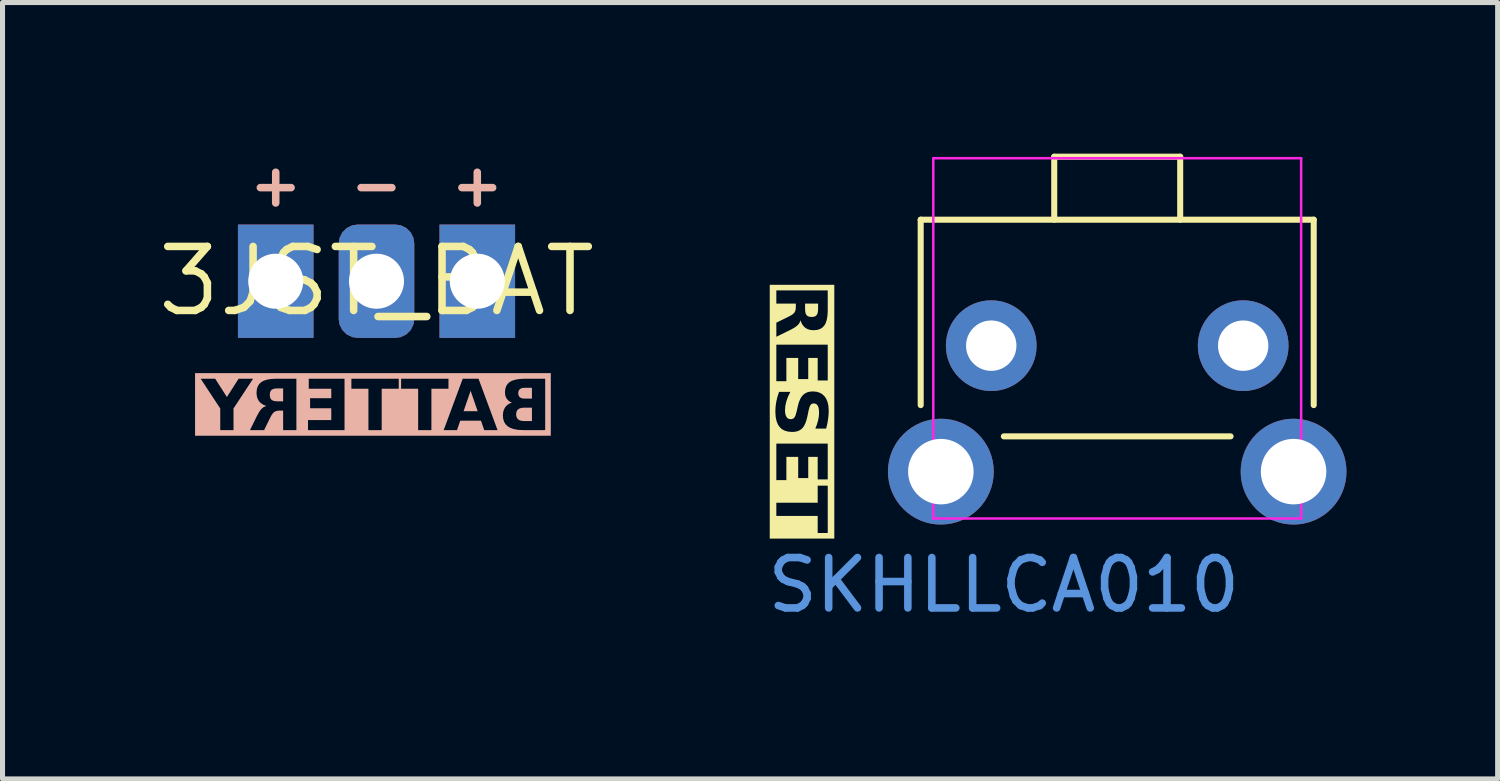
<source format=kicad_pcb>
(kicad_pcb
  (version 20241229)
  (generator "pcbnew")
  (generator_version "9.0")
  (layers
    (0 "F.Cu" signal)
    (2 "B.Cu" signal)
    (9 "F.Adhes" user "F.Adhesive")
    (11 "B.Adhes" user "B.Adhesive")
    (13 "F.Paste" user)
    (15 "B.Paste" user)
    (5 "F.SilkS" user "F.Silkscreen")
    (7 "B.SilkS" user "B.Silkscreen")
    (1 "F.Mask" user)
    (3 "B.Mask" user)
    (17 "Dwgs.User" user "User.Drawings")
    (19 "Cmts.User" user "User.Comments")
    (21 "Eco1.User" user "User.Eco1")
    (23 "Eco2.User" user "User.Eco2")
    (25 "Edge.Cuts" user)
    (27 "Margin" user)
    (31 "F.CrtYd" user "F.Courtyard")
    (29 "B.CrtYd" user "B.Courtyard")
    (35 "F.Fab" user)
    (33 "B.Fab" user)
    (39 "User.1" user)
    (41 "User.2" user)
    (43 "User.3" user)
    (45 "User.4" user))
  (footprint "SKHLLCA010"
    (layer "F.Cu")
    (at 19.122 5.06)
    (property "Reference" "SKHLLCA010" (at -2.25 3.5 0) (unlocked yes) (layer "Cmts.User") (effects (font (size 1 1) (thickness 0.15))))
    (attr through_hole)
    (fp_line (start -3.9 -3.75) (end 3.9 -3.75) (stroke (width 0.12) (type solid)) (layer "F.SilkS"))
    (fp_line (start -3.9 -0.07) (end -3.9 -3.75) (stroke (width 0.12) (type solid)) (layer "F.SilkS"))
    (fp_line (start -2.25 0.55) (end 2.25 0.55) (stroke (width 0.12) (type solid)) (layer "F.SilkS"))
    (fp_line (start -1.25 -5) (end 1.25 -5) (stroke (width 0.12) (type solid)) (layer "F.SilkS"))
    (fp_line (start -1.25 -3.75) (end -1.25 -5) (stroke (width 0.12) (type solid)) (layer "F.SilkS"))
    (fp_line (start 1.25 -3.75) (end 1.25 -5) (stroke (width 0.12) (type solid)) (layer "F.SilkS"))
    (fp_line (start 3.9 -0.07) (end 3.9 -3.75) (stroke (width 0.12) (type solid)) (layer "F.SilkS"))
    (fp_line (start -3.65 -4.97) (end -3.65 2.18) (stroke (width 0.05) (type solid)) (layer "F.CrtYd"))
    (fp_line (start -3.65 -4.97) (end 3.65 -4.97) (stroke (width 0.05) (type solid)) (layer "F.CrtYd"))
    (fp_line (start -3.65 2.18) (end 3.65 2.18) (stroke (width 0.05) (type solid)) (layer "F.CrtYd"))
    (fp_line (start 3.65 -4.97) (end 3.65 2.18) (stroke (width 0.05) (type solid)) (layer "F.CrtYd"))
    (fp_text user "RESET" (at -6.35 0 270) (unlocked yes) (layer "F.SilkS" knockout) (effects (font (face "Roboto Black") (size 1 1) (thickness 0.15))))
    (pad "1" thru_hole circle (at 2.5 -1.25) (size 1.8 1.8) (drill 1) (layers "*.Cu" "B.Mask"))
    (pad "2" thru_hole circle (at -2.5 -1.25) (size 1.8 1.8) (drill 1) (layers "*.Cu" "B.Mask"))
    (pad "MP" thru_hole circle (at -3.5 1.25) (size 2.1 2.1) (drill 1.3) (layers "*.Cu" "*.Mask"))
    (pad "MP" thru_hole circle (at 3.5 1.25) (size 2.1 2.1) (drill 1.3) (layers "*.Cu" "*.Mask")))
  (footprint "3JST_BAT"
    (layer "F.Cu")
    (at 4.422 2.531)
    (property "Reference" "3JST_BAT" (at 0 0 0) (layer "F.SilkS") (effects (font (size 1.27 1.27) (thickness 0.15))))
    (attr through_hole exclude_from_pos_files)
    (fp_text user "+" (at 2 -1.8 180) (unlocked yes) (layer "B.SilkS") (effects (font (size 0.8 0.8) (thickness 0.15))))
    (fp_text user "+" (at -2 -1.8 180) (unlocked yes) (layer "B.SilkS") (effects (font (size 0.8 0.8) (thickness 0.15))))
    (fp_text user "-" (at 0 -1.8 180) (unlocked yes) (layer "B.SilkS") (effects (font (size 0.8 0.8) (thickness 0.15))))
    (fp_text user "BATTERY" (at 0 2.54 0) (unlocked yes) (layer "B.SilkS" knockout) (effects (font (face "Roboto Black") (size 1 1) (thickness 0.15)) (justify mirror)))
    (pad "1" thru_hole rect (at -2 0 180) (size 1.5 2.25) (drill 1.092) (layers "*.Cu" "*.Mask"))
    (pad "1" thru_hole rect (at 2 0 180) (size 1.5 2.25) (drill 1.092) (layers "*.Cu" "*.Mask"))
    (pad "2" thru_hole roundrect (at 0 0 180) (size 1.5 2.25) (drill 1.092) (layers "*.Cu" "*.Mask") (roundrect_rratio 0.25)))
  (gr_rect
    (start -3 -3)
    (end 26.672 12.408)
    (stroke (width 0.1) (type default))
    (fill no)
    (layer "Edge.Cuts")))
</source>
